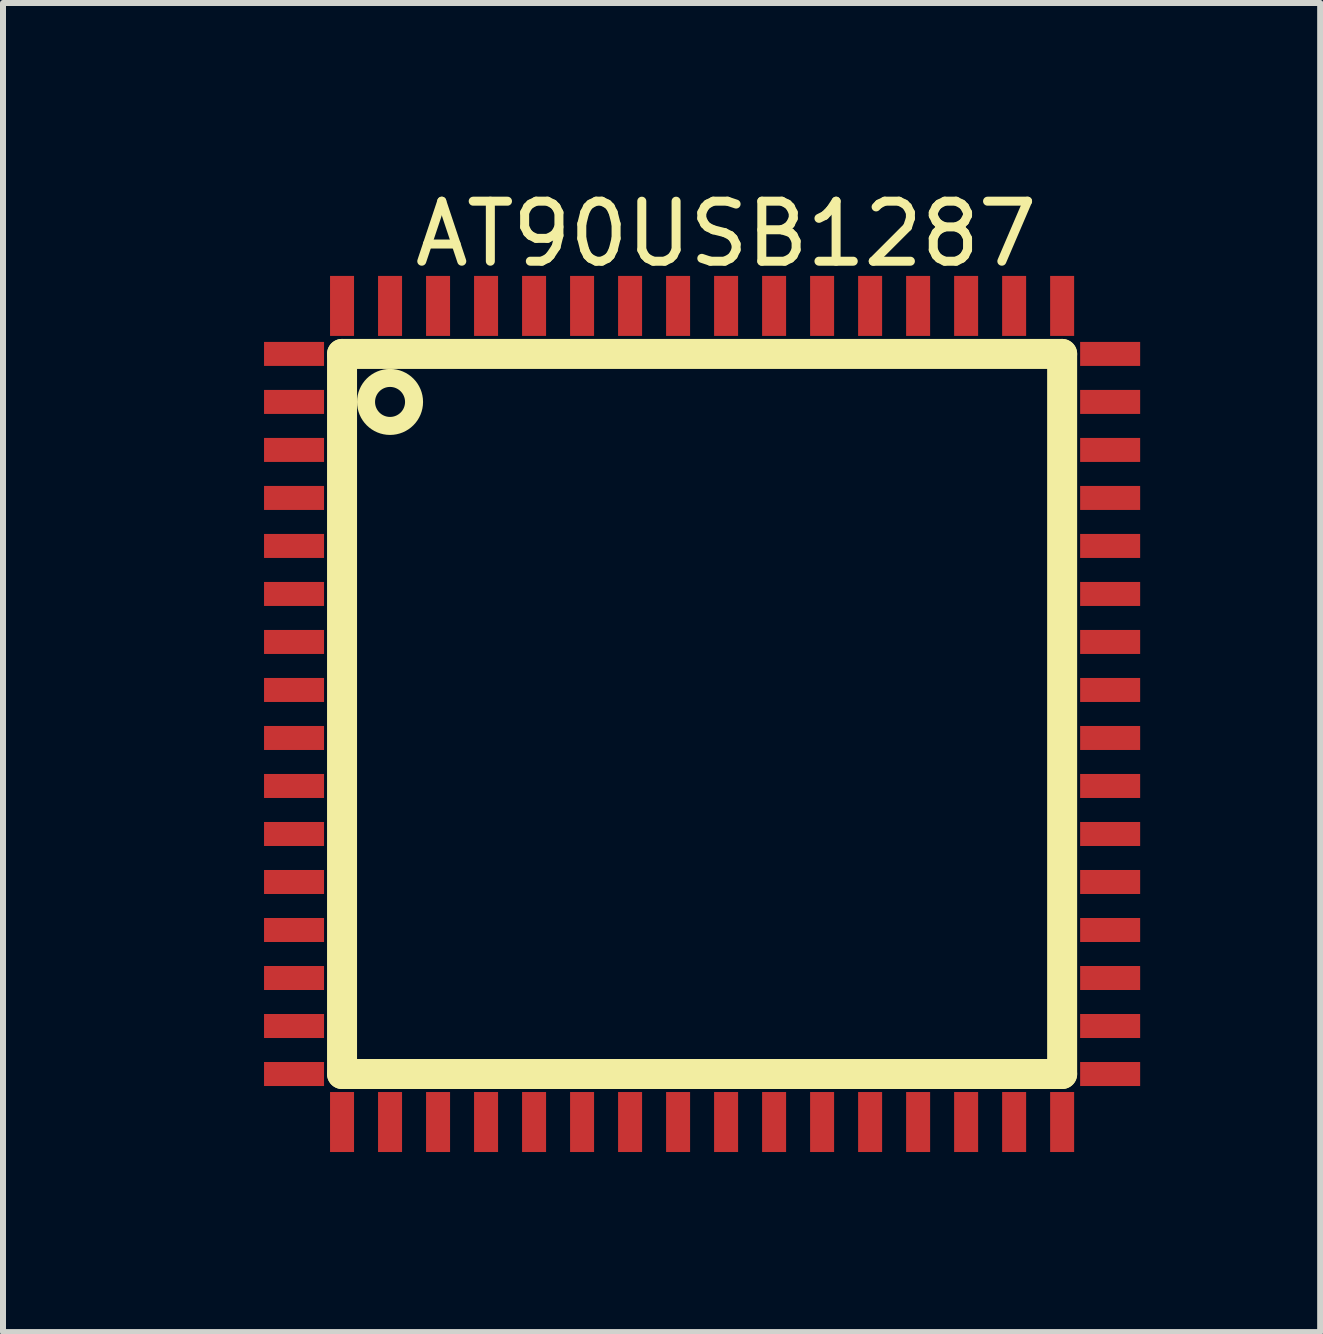
<source format=kicad_pcb>
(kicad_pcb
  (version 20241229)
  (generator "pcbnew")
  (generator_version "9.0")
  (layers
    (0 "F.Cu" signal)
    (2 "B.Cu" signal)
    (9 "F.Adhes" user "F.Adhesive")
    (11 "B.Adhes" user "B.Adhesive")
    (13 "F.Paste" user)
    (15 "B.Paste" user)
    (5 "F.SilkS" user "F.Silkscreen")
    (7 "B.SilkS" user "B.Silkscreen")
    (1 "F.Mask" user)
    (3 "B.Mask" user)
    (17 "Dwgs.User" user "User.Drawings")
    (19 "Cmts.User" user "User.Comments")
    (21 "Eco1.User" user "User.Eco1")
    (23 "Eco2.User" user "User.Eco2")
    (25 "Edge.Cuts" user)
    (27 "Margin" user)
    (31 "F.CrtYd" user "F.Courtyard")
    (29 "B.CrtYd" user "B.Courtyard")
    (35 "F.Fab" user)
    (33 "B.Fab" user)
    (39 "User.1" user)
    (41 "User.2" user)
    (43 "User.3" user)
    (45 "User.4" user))
  (footprint "AT90USB1287"
    (layer "F.Cu")
    (at 0.25 1.248)
    (property "Reference" "AT90USB1287" (at 8.8 -0.4 0) (layer "F.SilkS") (effects (font (size 1 1) (thickness 0.15))))
    (attr through_hole)
    (fp_line (start 2.4 1.6) (end 2.4 13.6) (stroke (width 0.5) (type solid)) (layer "F.SilkS"))
    (fp_line (start 2.4 13.6) (end 14.4 13.6) (stroke (width 0.5) (type solid)) (layer "F.SilkS"))
    (fp_line (start 14.4 1.6) (end 2.4 1.6) (stroke (width 0.5) (type solid)) (layer "F.SilkS"))
    (fp_line (start 14.4 13.6) (end 14.4 1.6) (stroke (width 0.5) (type solid)) (layer "F.SilkS"))
    (fp_circle (center 3.2 2.4) (end 3.6 2.4) (stroke (width 0.3) (type solid)) (fill no) (layer "F.SilkS"))
    (pad "1" smd rect (at 1.6 1.6) (size 1 0.4) (layers "F.Cu" "F.Mask" "F.Paste"))
    (pad "2" smd rect (at 1.6 2.4) (size 1 0.4) (layers "F.Cu" "F.Mask" "F.Paste"))
    (pad "3" smd rect (at 1.6 3.2) (size 1 0.4) (layers "F.Cu" "F.Mask" "F.Paste"))
    (pad "4" smd rect (at 1.6 4) (size 1 0.4) (layers "F.Cu" "F.Mask" "F.Paste"))
    (pad "5" smd rect (at 1.6 4.8) (size 1 0.4) (layers "F.Cu" "F.Mask" "F.Paste"))
    (pad "6" smd rect (at 1.6 5.6) (size 1 0.4) (layers "F.Cu" "F.Mask" "F.Paste"))
    (pad "7" smd rect (at 1.6 6.4) (size 1 0.4) (layers "F.Cu" "F.Mask" "F.Paste"))
    (pad "8" smd rect (at 1.6 7.2) (size 1 0.4) (layers "F.Cu" "F.Mask" "F.Paste"))
    (pad "9" smd rect (at 1.6 8) (size 1 0.4) (layers "F.Cu" "F.Mask" "F.Paste"))
    (pad "10" smd rect (at 1.6 8.8) (size 1 0.4) (layers "F.Cu" "F.Mask" "F.Paste"))
    (pad "11" smd rect (at 1.6 9.6) (size 1 0.4) (layers "F.Cu" "F.Mask" "F.Paste"))
    (pad "12" smd rect (at 1.6 10.4) (size 1 0.4) (layers "F.Cu" "F.Mask" "F.Paste"))
    (pad "13" smd rect (at 1.6 11.2) (size 1 0.4) (layers "F.Cu" "F.Mask" "F.Paste"))
    (pad "14" smd rect (at 1.6 12) (size 1 0.4) (layers "F.Cu" "F.Mask" "F.Paste"))
    (pad "15" smd rect (at 1.6 12.8) (size 1 0.4) (layers "F.Cu" "F.Mask" "F.Paste"))
    (pad "16" smd rect (at 1.6 13.6) (size 1 0.4) (layers "F.Cu" "F.Mask" "F.Paste"))
    (pad "17" smd rect (at 2.4 14.4) (size 0.4 1) (layers "F.Cu" "F.Mask" "F.Paste"))
    (pad "18" smd rect (at 3.2 14.4) (size 0.4 1) (layers "F.Cu" "F.Mask" "F.Paste"))
    (pad "19" smd rect (at 4 14.4) (size 0.4 1) (layers "F.Cu" "F.Mask" "F.Paste"))
    (pad "20" smd rect (at 4.8 14.4) (size 0.4 1) (layers "F.Cu" "F.Mask" "F.Paste"))
    (pad "21" smd rect (at 5.6 14.4) (size 0.4 1) (layers "F.Cu" "F.Mask" "F.Paste"))
    (pad "22" smd rect (at 6.4 14.4) (size 0.4 1) (layers "F.Cu" "F.Mask" "F.Paste"))
    (pad "23" smd rect (at 7.2 14.4) (size 0.4 1) (layers "F.Cu" "F.Mask" "F.Paste"))
    (pad "24" smd rect (at 8 14.4) (size 0.4 1) (layers "F.Cu" "F.Mask" "F.Paste"))
    (pad "25" smd rect (at 8.8 14.4) (size 0.4 1) (layers "F.Cu" "F.Mask" "F.Paste"))
    (pad "26" smd rect (at 9.6 14.4) (size 0.4 1) (layers "F.Cu" "F.Mask" "F.Paste"))
    (pad "27" smd rect (at 10.4 14.4) (size 0.4 1) (layers "F.Cu" "F.Mask" "F.Paste"))
    (pad "28" smd rect (at 11.2 14.4) (size 0.4 1) (layers "F.Cu" "F.Mask" "F.Paste"))
    (pad "29" smd rect (at 12 14.4) (size 0.4 1) (layers "F.Cu" "F.Mask" "F.Paste"))
    (pad "30" smd rect (at 12.8 14.4) (size 0.4 1) (layers "F.Cu" "F.Mask" "F.Paste"))
    (pad "31" smd rect (at 13.6 14.4) (size 0.4 1) (layers "F.Cu" "F.Mask" "F.Paste"))
    (pad "32" smd rect (at 14.4 14.4) (size 0.4 1) (layers "F.Cu" "F.Mask" "F.Paste"))
    (pad "33" smd rect (at 15.2 13.6) (size 1 0.4) (layers "F.Cu" "F.Mask" "F.Paste"))
    (pad "34" smd rect (at 15.2 12.8) (size 1 0.4) (layers "F.Cu" "F.Mask" "F.Paste"))
    (pad "35" smd rect (at 15.2 12) (size 1 0.4) (layers "F.Cu" "F.Mask" "F.Paste"))
    (pad "36" smd rect (at 15.2 11.2) (size 1 0.4) (layers "F.Cu" "F.Mask" "F.Paste"))
    (pad "37" smd rect (at 15.2 10.4) (size 1 0.4) (layers "F.Cu" "F.Mask" "F.Paste"))
    (pad "38" smd rect (at 15.2 9.6) (size 1 0.4) (layers "F.Cu" "F.Mask" "F.Paste"))
    (pad "39" smd rect (at 15.2 8.8) (size 1 0.4) (layers "F.Cu" "F.Mask" "F.Paste"))
    (pad "40" smd rect (at 15.2 8) (size 1 0.4) (layers "F.Cu" "F.Mask" "F.Paste"))
    (pad "41" smd rect (at 15.2 7.2) (size 1 0.4) (layers "F.Cu" "F.Mask" "F.Paste"))
    (pad "42" smd rect (at 15.2 6.4) (size 1 0.4) (layers "F.Cu" "F.Mask" "F.Paste"))
    (pad "43" smd rect (at 15.2 5.6) (size 1 0.4) (layers "F.Cu" "F.Mask" "F.Paste"))
    (pad "44" smd rect (at 15.2 4.8) (size 1 0.4) (layers "F.Cu" "F.Mask" "F.Paste"))
    (pad "45" smd rect (at 15.2 4) (size 1 0.4) (layers "F.Cu" "F.Mask" "F.Paste"))
    (pad "46" smd rect (at 15.2 3.2) (size 1 0.4) (layers "F.Cu" "F.Mask" "F.Paste"))
    (pad "47" smd rect (at 15.2 2.4) (size 1 0.4) (layers "F.Cu" "F.Mask" "F.Paste"))
    (pad "48" smd rect (at 15.2 1.6) (size 1 0.4) (layers "F.Cu" "F.Mask" "F.Paste"))
    (pad "49" smd rect (at 14.4 0.8) (size 0.4 1) (layers "F.Cu" "F.Mask" "F.Paste"))
    (pad "50" smd rect (at 13.6 0.8) (size 0.4 1) (layers "F.Cu" "F.Mask" "F.Paste"))
    (pad "51" smd rect (at 12.8 0.8) (size 0.4 1) (layers "F.Cu" "F.Mask" "F.Paste"))
    (pad "52" smd rect (at 12 0.8) (size 0.4 1) (layers "F.Cu" "F.Mask" "F.Paste"))
    (pad "53" smd rect (at 11.2 0.8) (size 0.4 1) (layers "F.Cu" "F.Mask" "F.Paste"))
    (pad "54" smd rect (at 10.4 0.8) (size 0.4 1) (layers "F.Cu" "F.Mask" "F.Paste"))
    (pad "55" smd rect (at 9.6 0.8) (size 0.4 1) (layers "F.Cu" "F.Mask" "F.Paste"))
    (pad "56" smd rect (at 8.8 0.8) (size 0.4 1) (layers "F.Cu" "F.Mask" "F.Paste"))
    (pad "57" smd rect (at 8 0.8) (size 0.4 1) (layers "F.Cu" "F.Mask" "F.Paste"))
    (pad "58" smd rect (at 7.2 0.8) (size 0.4 1) (layers "F.Cu" "F.Mask" "F.Paste"))
    (pad "59" smd rect (at 6.4 0.8) (size 0.4 1) (layers "F.Cu" "F.Mask" "F.Paste"))
    (pad "60" smd rect (at 5.6 0.8) (size 0.4 1) (layers "F.Cu" "F.Mask" "F.Paste"))
    (pad "61" smd rect (at 4.8 0.8) (size 0.4 1) (layers "F.Cu" "F.Mask" "F.Paste"))
    (pad "62" smd rect (at 4 0.8) (size 0.4 1) (layers "F.Cu" "F.Mask" "F.Paste"))
    (pad "63" smd rect (at 3.2 0.8) (size 0.4 1) (layers "F.Cu" "F.Mask" "F.Paste"))
    (pad "64" smd rect (at 2.4 0.8) (size 0.4 1) (layers "F.Cu" "F.Mask" "F.Paste")))
  (gr_rect
    (start -3 -3)
    (end 18.95 19.148)
    (stroke (width 0.1) (type default))
    (fill no)
    (layer "Edge.Cuts")))
</source>
